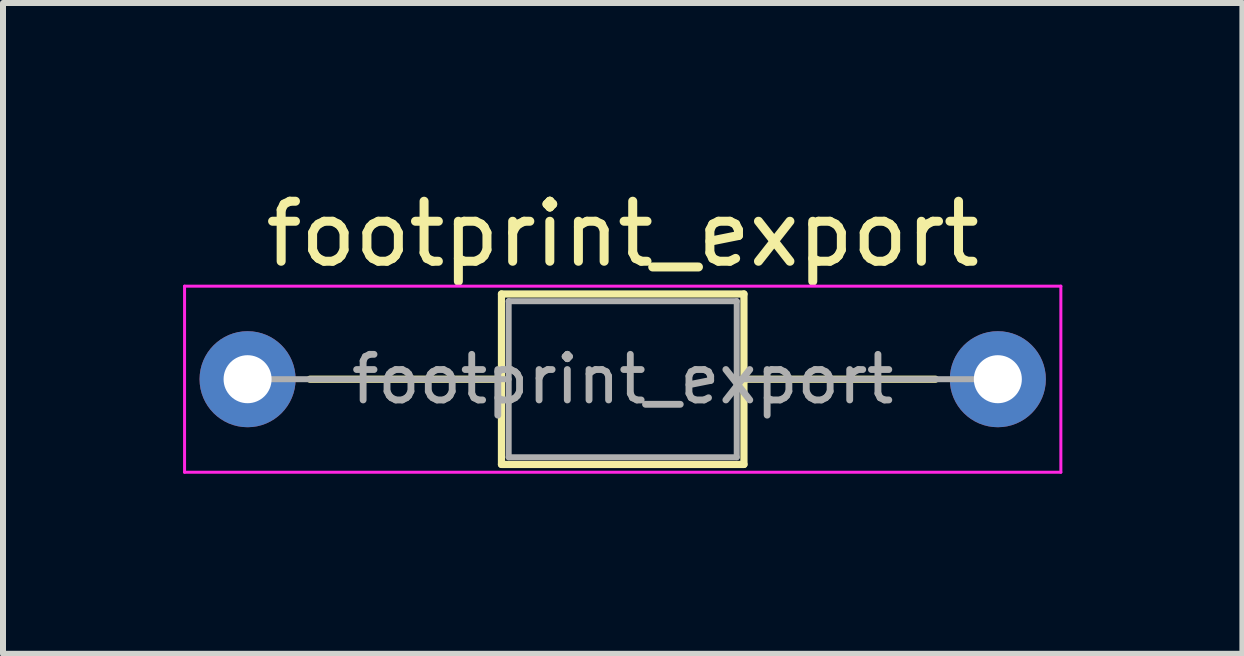
<source format=kicad_pcb>
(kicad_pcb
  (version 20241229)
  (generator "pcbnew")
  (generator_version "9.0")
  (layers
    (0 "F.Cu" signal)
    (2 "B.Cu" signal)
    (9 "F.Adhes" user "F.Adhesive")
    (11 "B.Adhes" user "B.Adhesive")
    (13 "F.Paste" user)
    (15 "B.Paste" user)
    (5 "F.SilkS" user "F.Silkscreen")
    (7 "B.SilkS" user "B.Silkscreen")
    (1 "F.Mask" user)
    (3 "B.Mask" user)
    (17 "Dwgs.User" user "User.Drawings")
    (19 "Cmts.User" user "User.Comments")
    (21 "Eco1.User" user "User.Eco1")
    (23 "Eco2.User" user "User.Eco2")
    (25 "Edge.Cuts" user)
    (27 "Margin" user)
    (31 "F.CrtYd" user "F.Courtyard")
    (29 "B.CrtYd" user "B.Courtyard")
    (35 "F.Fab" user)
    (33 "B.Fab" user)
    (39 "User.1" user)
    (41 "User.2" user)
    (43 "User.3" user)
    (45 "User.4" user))
  (footprint "footprint_export"
    (layer "F.Cu")
    (at 1.075 3.268)
    (property "Reference" "footprint_export" (at 6.25 -2.42 0) (layer "F.SilkS") (effects (font (size 1 1) (thickness 0.15))))
    (attr through_hole)
    (fp_line (start 1.04 0) (end 4.23 0) (stroke (width 0.12) (type solid)) (layer "F.SilkS"))
    (fp_line (start 4.23 -1.42) (end 4.23 1.42) (stroke (width 0.12) (type solid)) (layer "F.SilkS"))
    (fp_line (start 4.23 1.42) (end 8.27 1.42) (stroke (width 0.12) (type solid)) (layer "F.SilkS"))
    (fp_line (start 8.27 -1.42) (end 4.23 -1.42) (stroke (width 0.12) (type solid)) (layer "F.SilkS"))
    (fp_line (start 8.27 1.42) (end 8.27 -1.42) (stroke (width 0.12) (type solid)) (layer "F.SilkS"))
    (fp_line (start 11.46 0) (end 8.27 0) (stroke (width 0.12) (type solid)) (layer "F.SilkS"))
    (fp_line (start -1.05 -1.55) (end -1.05 1.55) (stroke (width 0.05) (type solid)) (layer "F.CrtYd"))
    (fp_line (start -1.05 1.55) (end 13.55 1.55) (stroke (width 0.05) (type solid)) (layer "F.CrtYd"))
    (fp_line (start 13.55 -1.55) (end -1.05 -1.55) (stroke (width 0.05) (type solid)) (layer "F.CrtYd"))
    (fp_line (start 13.55 1.55) (end 13.55 -1.55) (stroke (width 0.05) (type solid)) (layer "F.CrtYd"))
    (fp_line (start 0 0) (end 4.35 0) (stroke (width 0.1) (type solid)) (layer "F.Fab"))
    (fp_line (start 4.35 -1.3) (end 4.35 1.3) (stroke (width 0.1) (type solid)) (layer "F.Fab"))
    (fp_line (start 4.35 1.3) (end 8.15 1.3) (stroke (width 0.1) (type solid)) (layer "F.Fab"))
    (fp_line (start 8.15 -1.3) (end 4.35 -1.3) (stroke (width 0.1) (type solid)) (layer "F.Fab"))
    (fp_line (start 8.15 1.3) (end 8.15 -1.3) (stroke (width 0.1) (type solid)) (layer "F.Fab"))
    (fp_line (start 12.5 0) (end 8.15 0) (stroke (width 0.1) (type solid)) (layer "F.Fab"))
    (fp_text user "${REFERENCE}" (at 6.25 0 0) (layer "F.Fab") (effects (font (size 0.76 0.76) (thickness 0.114))))
    (pad "1" thru_hole circle (at 0 0) (size 1.6 1.6) (drill 0.8) (layers "*.Cu" "*.Mask"))
    (pad "2" thru_hole oval (at 12.5 0) (size 1.6 1.6) (drill 0.8) (layers "*.Cu" "*.Mask")))
  (gr_rect
    (start -3 -3)
    (end 17.65 7.843)
    (stroke (width 0.1) (type default))
    (fill no)
    (layer "Edge.Cuts")))
</source>
